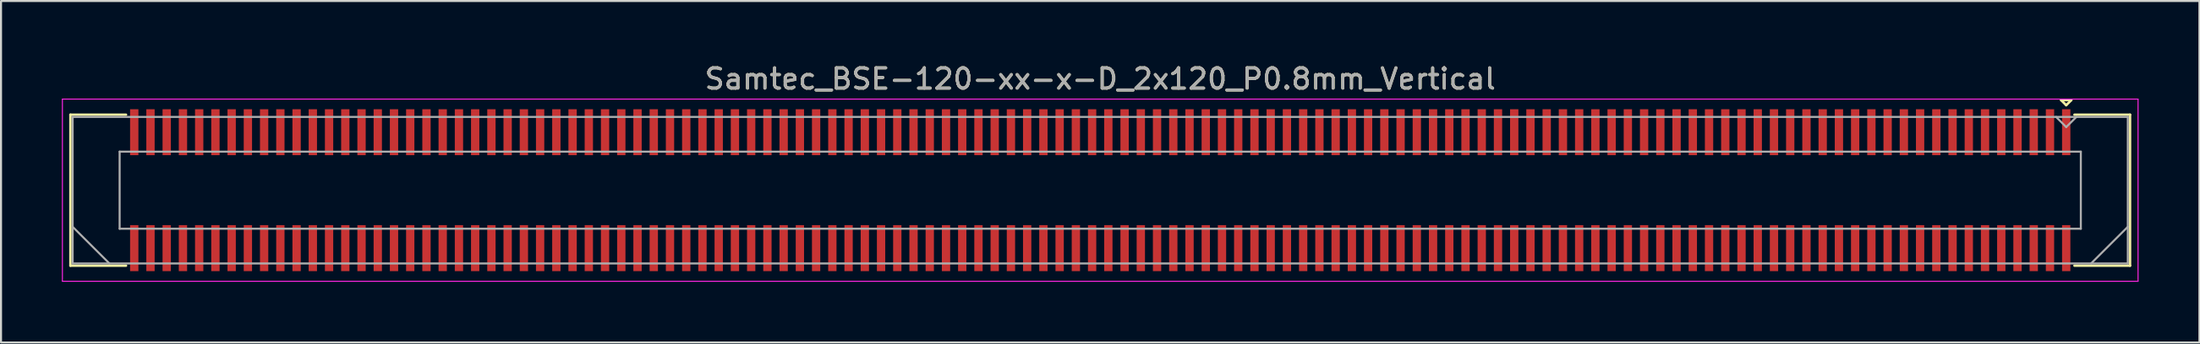
<source format=kicad_pcb>
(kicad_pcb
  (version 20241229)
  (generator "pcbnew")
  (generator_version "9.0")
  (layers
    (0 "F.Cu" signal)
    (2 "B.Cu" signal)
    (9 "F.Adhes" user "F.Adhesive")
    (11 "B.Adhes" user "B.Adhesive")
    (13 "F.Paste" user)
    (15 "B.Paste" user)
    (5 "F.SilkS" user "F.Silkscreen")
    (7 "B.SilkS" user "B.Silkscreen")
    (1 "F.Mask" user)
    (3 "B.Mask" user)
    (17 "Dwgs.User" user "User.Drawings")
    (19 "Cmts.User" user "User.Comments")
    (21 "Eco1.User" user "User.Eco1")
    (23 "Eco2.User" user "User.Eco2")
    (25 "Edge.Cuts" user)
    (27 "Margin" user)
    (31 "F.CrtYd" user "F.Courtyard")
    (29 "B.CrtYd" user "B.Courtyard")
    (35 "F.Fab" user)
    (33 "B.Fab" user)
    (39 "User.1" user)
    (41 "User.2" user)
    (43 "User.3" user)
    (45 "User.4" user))
  (footprint "Samtec_BSE-120-xx-x-D_2x120_P0.8mm_Vertical"
    (layer "F.Cu")
    (at 51.165 6.348)
    (property "Reference" "Samtec_BSE-120-xx-x-D_2x120_P0.8mm_Vertical" (at 0 -5.5 0) (layer "F.SilkS") (effects (font (size 1 1) (thickness 0.15))))
    (attr smd)
    (fp_line (start -50.745 -3.73) (end -48.005 -3.73) (stroke (width 0.12) (type solid)) (layer "F.SilkS"))
    (fp_line (start -50.745 3.73) (end -50.745 -3.73) (stroke (width 0.12) (type solid)) (layer "F.SilkS"))
    (fp_line (start -48.005 3.73) (end -50.745 3.73) (stroke (width 0.12) (type solid)) (layer "F.SilkS"))
    (fp_line (start 47.35 -4.45) (end 47.85 -4.45) (stroke (width 0.12) (type solid)) (layer "F.SilkS"))
    (fp_line (start 47.6 -4.2) (end 47.35 -4.45) (stroke (width 0.12) (type solid)) (layer "F.SilkS"))
    (fp_line (start 47.85 -4.45) (end 47.6 -4.2) (stroke (width 0.12) (type solid)) (layer "F.SilkS"))
    (fp_line (start 48.005 3.73) (end 50.745 3.73) (stroke (width 0.12) (type solid)) (layer "F.SilkS"))
    (fp_line (start 50.745 -3.73) (end 48.005 -3.73) (stroke (width 0.12) (type solid)) (layer "F.SilkS"))
    (fp_line (start 50.745 3.73) (end 50.745 -3.73) (stroke (width 0.12) (type solid)) (layer "F.SilkS"))
    (fp_line (start -51.14 -4.5) (end -51.14 4.5) (stroke (width 0.05) (type solid)) (layer "F.CrtYd"))
    (fp_line (start -51.14 4.5) (end 51.14 4.5) (stroke (width 0.05) (type solid)) (layer "F.CrtYd"))
    (fp_line (start 51.14 -4.5) (end -51.14 -4.5) (stroke (width 0.05) (type solid)) (layer "F.CrtYd"))
    (fp_line (start 51.14 4.5) (end 51.14 -4.5) (stroke (width 0.05) (type solid)) (layer "F.CrtYd"))
    (fp_line (start -50.635 -3.62) (end -50.635 3.62) (stroke (width 0.1) (type solid)) (layer "F.Fab"))
    (fp_line (start -50.635 1.81) (end -48.825 3.62) (stroke (width 0.1) (type solid)) (layer "F.Fab"))
    (fp_line (start -50.635 3.62) (end 50.635 3.62) (stroke (width 0.1) (type solid)) (layer "F.Fab"))
    (fp_line (start -48.32 -1.905) (end -48.32 1.905) (stroke (width 0.1) (type solid)) (layer "F.Fab"))
    (fp_line (start -48.32 1.905) (end 48.32 1.905) (stroke (width 0.1) (type solid)) (layer "F.Fab"))
    (fp_line (start 47.6 -3.12) (end 47.1 -3.62) (stroke (width 0.1) (type solid)) (layer "F.Fab"))
    (fp_line (start 48.1 -3.62) (end 47.6 -3.12) (stroke (width 0.1) (type solid)) (layer "F.Fab"))
    (fp_line (start 48.32 -1.905) (end -48.32 -1.905) (stroke (width 0.1) (type solid)) (layer "F.Fab"))
    (fp_line (start 48.32 1.905) (end 48.32 -1.905) (stroke (width 0.1) (type solid)) (layer "F.Fab"))
    (fp_line (start 50.635 -3.62) (end -50.635 -3.62) (stroke (width 0.1) (type solid)) (layer "F.Fab"))
    (fp_line (start 50.635 1.81) (end 48.825 3.62) (stroke (width 0.1) (type solid)) (layer "F.Fab"))
    (fp_line (start 50.635 3.62) (end 50.635 -3.62) (stroke (width 0.1) (type solid)) (layer "F.Fab"))
    (fp_text user "${REFERENCE}" (at 0 -5.5 0) (layer "F.Fab") (effects (font (size 1 1) (thickness 0.15))))
    (pad "1" smd rect (at 47.6 -2.865) (size 0.41 2.27) (layers "F.Cu" "F.Mask" "F.Paste"))
    (pad "2" smd rect (at 47.6 2.865) (size 0.41 2.27) (layers "F.Cu" "F.Mask" "F.Paste"))
    (pad "3" smd rect (at 46.8 -2.865) (size 0.41 2.27) (layers "F.Cu" "F.Mask" "F.Paste"))
    (pad "4" smd rect (at 46.8 2.865) (size 0.41 2.27) (layers "F.Cu" "F.Mask" "F.Paste"))
    (pad "5" smd rect (at 46 -2.865) (size 0.41 2.27) (layers "F.Cu" "F.Mask" "F.Paste"))
    (pad "6" smd rect (at 46 2.865) (size 0.41 2.27) (layers "F.Cu" "F.Mask" "F.Paste"))
    (pad "7" smd rect (at 45.2 -2.865) (size 0.41 2.27) (layers "F.Cu" "F.Mask" "F.Paste"))
    (pad "8" smd rect (at 45.2 2.865) (size 0.41 2.27) (layers "F.Cu" "F.Mask" "F.Paste"))
    (pad "9" smd rect (at 44.4 -2.865) (size 0.41 2.27) (layers "F.Cu" "F.Mask" "F.Paste"))
    (pad "10" smd rect (at 44.4 2.865) (size 0.41 2.27) (layers "F.Cu" "F.Mask" "F.Paste"))
    (pad "11" smd rect (at 43.6 -2.865) (size 0.41 2.27) (layers "F.Cu" "F.Mask" "F.Paste"))
    (pad "12" smd rect (at 43.6 2.865) (size 0.41 2.27) (layers "F.Cu" "F.Mask" "F.Paste"))
    (pad "13" smd rect (at 42.8 -2.865) (size 0.41 2.27) (layers "F.Cu" "F.Mask" "F.Paste"))
    (pad "14" smd rect (at 42.8 2.865) (size 0.41 2.27) (layers "F.Cu" "F.Mask" "F.Paste"))
    (pad "15" smd rect (at 42 -2.865) (size 0.41 2.27) (layers "F.Cu" "F.Mask" "F.Paste"))
    (pad "16" smd rect (at 42 2.865) (size 0.41 2.27) (layers "F.Cu" "F.Mask" "F.Paste"))
    (pad "17" smd rect (at 41.2 -2.865) (size 0.41 2.27) (layers "F.Cu" "F.Mask" "F.Paste"))
    (pad "18" smd rect (at 41.2 2.865) (size 0.41 2.27) (layers "F.Cu" "F.Mask" "F.Paste"))
    (pad "19" smd rect (at 40.4 -2.865) (size 0.41 2.27) (layers "F.Cu" "F.Mask" "F.Paste"))
    (pad "20" smd rect (at 40.4 2.865) (size 0.41 2.27) (layers "F.Cu" "F.Mask" "F.Paste"))
    (pad "21" smd rect (at 39.6 -2.865) (size 0.41 2.27) (layers "F.Cu" "F.Mask" "F.Paste"))
    (pad "22" smd rect (at 39.6 2.865) (size 0.41 2.27) (layers "F.Cu" "F.Mask" "F.Paste"))
    (pad "23" smd rect (at 38.8 -2.865) (size 0.41 2.27) (layers "F.Cu" "F.Mask" "F.Paste"))
    (pad "24" smd rect (at 38.8 2.865) (size 0.41 2.27) (layers "F.Cu" "F.Mask" "F.Paste"))
    (pad "25" smd rect (at 38 -2.865) (size 0.41 2.27) (layers "F.Cu" "F.Mask" "F.Paste"))
    (pad "26" smd rect (at 38 2.865) (size 0.41 2.27) (layers "F.Cu" "F.Mask" "F.Paste"))
    (pad "27" smd rect (at 37.2 -2.865) (size 0.41 2.27) (layers "F.Cu" "F.Mask" "F.Paste"))
    (pad "28" smd rect (at 37.2 2.865) (size 0.41 2.27) (layers "F.Cu" "F.Mask" "F.Paste"))
    (pad "29" smd rect (at 36.4 -2.865) (size 0.41 2.27) (layers "F.Cu" "F.Mask" "F.Paste"))
    (pad "30" smd rect (at 36.4 2.865) (size 0.41 2.27) (layers "F.Cu" "F.Mask" "F.Paste"))
    (pad "31" smd rect (at 35.6 -2.865) (size 0.41 2.27) (layers "F.Cu" "F.Mask" "F.Paste"))
    (pad "32" smd rect (at 35.6 2.865) (size 0.41 2.27) (layers "F.Cu" "F.Mask" "F.Paste"))
    (pad "33" smd rect (at 34.8 -2.865) (size 0.41 2.27) (layers "F.Cu" "F.Mask" "F.Paste"))
    (pad "34" smd rect (at 34.8 2.865) (size 0.41 2.27) (layers "F.Cu" "F.Mask" "F.Paste"))
    (pad "35" smd rect (at 34 -2.865) (size 0.41 2.27) (layers "F.Cu" "F.Mask" "F.Paste"))
    (pad "36" smd rect (at 34 2.865) (size 0.41 2.27) (layers "F.Cu" "F.Mask" "F.Paste"))
    (pad "37" smd rect (at 33.2 -2.865) (size 0.41 2.27) (layers "F.Cu" "F.Mask" "F.Paste"))
    (pad "38" smd rect (at 33.2 2.865) (size 0.41 2.27) (layers "F.Cu" "F.Mask" "F.Paste"))
    (pad "39" smd rect (at 32.4 -2.865) (size 0.41 2.27) (layers "F.Cu" "F.Mask" "F.Paste"))
    (pad "40" smd rect (at 32.4 2.865) (size 0.41 2.27) (layers "F.Cu" "F.Mask" "F.Paste"))
    (pad "41" smd rect (at 31.6 -2.865) (size 0.41 2.27) (layers "F.Cu" "F.Mask" "F.Paste"))
    (pad "42" smd rect (at 31.6 2.865) (size 0.41 2.27) (layers "F.Cu" "F.Mask" "F.Paste"))
    (pad "43" smd rect (at 30.8 -2.865) (size 0.41 2.27) (layers "F.Cu" "F.Mask" "F.Paste"))
    (pad "44" smd rect (at 30.8 2.865) (size 0.41 2.27) (layers "F.Cu" "F.Mask" "F.Paste"))
    (pad "45" smd rect (at 30 -2.865) (size 0.41 2.27) (layers "F.Cu" "F.Mask" "F.Paste"))
    (pad "46" smd rect (at 30 2.865) (size 0.41 2.27) (layers "F.Cu" "F.Mask" "F.Paste"))
    (pad "47" smd rect (at 29.2 -2.865) (size 0.41 2.27) (layers "F.Cu" "F.Mask" "F.Paste"))
    (pad "48" smd rect (at 29.2 2.865) (size 0.41 2.27) (layers "F.Cu" "F.Mask" "F.Paste"))
    (pad "49" smd rect (at 28.4 -2.865) (size 0.41 2.27) (layers "F.Cu" "F.Mask" "F.Paste"))
    (pad "50" smd rect (at 28.4 2.865) (size 0.41 2.27) (layers "F.Cu" "F.Mask" "F.Paste"))
    (pad "51" smd rect (at 27.6 -2.865) (size 0.41 2.27) (layers "F.Cu" "F.Mask" "F.Paste"))
    (pad "52" smd rect (at 27.6 2.865) (size 0.41 2.27) (layers "F.Cu" "F.Mask" "F.Paste"))
    (pad "53" smd rect (at 26.8 -2.865) (size 0.41 2.27) (layers "F.Cu" "F.Mask" "F.Paste"))
    (pad "54" smd rect (at 26.8 2.865) (size 0.41 2.27) (layers "F.Cu" "F.Mask" "F.Paste"))
    (pad "55" smd rect (at 26 -2.865) (size 0.41 2.27) (layers "F.Cu" "F.Mask" "F.Paste"))
    (pad "56" smd rect (at 26 2.865) (size 0.41 2.27) (layers "F.Cu" "F.Mask" "F.Paste"))
    (pad "57" smd rect (at 25.2 -2.865) (size 0.41 2.27) (layers "F.Cu" "F.Mask" "F.Paste"))
    (pad "58" smd rect (at 25.2 2.865) (size 0.41 2.27) (layers "F.Cu" "F.Mask" "F.Paste"))
    (pad "59" smd rect (at 24.4 -2.865) (size 0.41 2.27) (layers "F.Cu" "F.Mask" "F.Paste"))
    (pad "60" smd rect (at 24.4 2.865) (size 0.41 2.27) (layers "F.Cu" "F.Mask" "F.Paste"))
    (pad "61" smd rect (at 23.6 -2.865) (size 0.41 2.27) (layers "F.Cu" "F.Mask" "F.Paste"))
    (pad "62" smd rect (at 23.6 2.865) (size 0.41 2.27) (layers "F.Cu" "F.Mask" "F.Paste"))
    (pad "63" smd rect (at 22.8 -2.865) (size 0.41 2.27) (layers "F.Cu" "F.Mask" "F.Paste"))
    (pad "64" smd rect (at 22.8 2.865) (size 0.41 2.27) (layers "F.Cu" "F.Mask" "F.Paste"))
    (pad "65" smd rect (at 22 -2.865) (size 0.41 2.27) (layers "F.Cu" "F.Mask" "F.Paste"))
    (pad "66" smd rect (at 22 2.865) (size 0.41 2.27) (layers "F.Cu" "F.Mask" "F.Paste"))
    (pad "67" smd rect (at 21.2 -2.865) (size 0.41 2.27) (layers "F.Cu" "F.Mask" "F.Paste"))
    (pad "68" smd rect (at 21.2 2.865) (size 0.41 2.27) (layers "F.Cu" "F.Mask" "F.Paste"))
    (pad "69" smd rect (at 20.4 -2.865) (size 0.41 2.27) (layers "F.Cu" "F.Mask" "F.Paste"))
    (pad "70" smd rect (at 20.4 2.865) (size 0.41 2.27) (layers "F.Cu" "F.Mask" "F.Paste"))
    (pad "71" smd rect (at 19.6 -2.865) (size 0.41 2.27) (layers "F.Cu" "F.Mask" "F.Paste"))
    (pad "72" smd rect (at 19.6 2.865) (size 0.41 2.27) (layers "F.Cu" "F.Mask" "F.Paste"))
    (pad "73" smd rect (at 18.8 -2.865) (size 0.41 2.27) (layers "F.Cu" "F.Mask" "F.Paste"))
    (pad "74" smd rect (at 18.8 2.865) (size 0.41 2.27) (layers "F.Cu" "F.Mask" "F.Paste"))
    (pad "75" smd rect (at 18 -2.865) (size 0.41 2.27) (layers "F.Cu" "F.Mask" "F.Paste"))
    (pad "76" smd rect (at 18 2.865) (size 0.41 2.27) (layers "F.Cu" "F.Mask" "F.Paste"))
    (pad "77" smd rect (at 17.2 -2.865) (size 0.41 2.27) (layers "F.Cu" "F.Mask" "F.Paste"))
    (pad "78" smd rect (at 17.2 2.865) (size 0.41 2.27) (layers "F.Cu" "F.Mask" "F.Paste"))
    (pad "79" smd rect (at 16.4 -2.865) (size 0.41 2.27) (layers "F.Cu" "F.Mask" "F.Paste"))
    (pad "80" smd rect (at 16.4 2.865) (size 0.41 2.27) (layers "F.Cu" "F.Mask" "F.Paste"))
    (pad "81" smd rect (at 15.6 -2.865) (size 0.41 2.27) (layers "F.Cu" "F.Mask" "F.Paste"))
    (pad "82" smd rect (at 15.6 2.865) (size 0.41 2.27) (layers "F.Cu" "F.Mask" "F.Paste"))
    (pad "83" smd rect (at 14.8 -2.865) (size 0.41 2.27) (layers "F.Cu" "F.Mask" "F.Paste"))
    (pad "84" smd rect (at 14.8 2.865) (size 0.41 2.27) (layers "F.Cu" "F.Mask" "F.Paste"))
    (pad "85" smd rect (at 14 -2.865) (size 0.41 2.27) (layers "F.Cu" "F.Mask" "F.Paste"))
    (pad "86" smd rect (at 14 2.865) (size 0.41 2.27) (layers "F.Cu" "F.Mask" "F.Paste"))
    (pad "87" smd rect (at 13.2 -2.865) (size 0.41 2.27) (layers "F.Cu" "F.Mask" "F.Paste"))
    (pad "88" smd rect (at 13.2 2.865) (size 0.41 2.27) (layers "F.Cu" "F.Mask" "F.Paste"))
    (pad "89" smd rect (at 12.4 -2.865) (size 0.41 2.27) (layers "F.Cu" "F.Mask" "F.Paste"))
    (pad "90" smd rect (at 12.4 2.865) (size 0.41 2.27) (layers "F.Cu" "F.Mask" "F.Paste"))
    (pad "91" smd rect (at 11.6 -2.865) (size 0.41 2.27) (layers "F.Cu" "F.Mask" "F.Paste"))
    (pad "92" smd rect (at 11.6 2.865) (size 0.41 2.27) (layers "F.Cu" "F.Mask" "F.Paste"))
    (pad "93" smd rect (at 10.8 -2.865) (size 0.41 2.27) (layers "F.Cu" "F.Mask" "F.Paste"))
    (pad "94" smd rect (at 10.8 2.865) (size 0.41 2.27) (layers "F.Cu" "F.Mask" "F.Paste"))
    (pad "95" smd rect (at 10 -2.865) (size 0.41 2.27) (layers "F.Cu" "F.Mask" "F.Paste"))
    (pad "96" smd rect (at 10 2.865) (size 0.41 2.27) (layers "F.Cu" "F.Mask" "F.Paste"))
    (pad "97" smd rect (at 9.2 -2.865) (size 0.41 2.27) (layers "F.Cu" "F.Mask" "F.Paste"))
    (pad "98" smd rect (at 9.2 2.865) (size 0.41 2.27) (layers "F.Cu" "F.Mask" "F.Paste"))
    (pad "99" smd rect (at 8.4 -2.865) (size 0.41 2.27) (layers "F.Cu" "F.Mask" "F.Paste"))
    (pad "100" smd rect (at 8.4 2.865) (size 0.41 2.27) (layers "F.Cu" "F.Mask" "F.Paste"))
    (pad "101" smd rect (at 7.6 -2.865) (size 0.41 2.27) (layers "F.Cu" "F.Mask" "F.Paste"))
    (pad "102" smd rect (at 7.6 2.865) (size 0.41 2.27) (layers "F.Cu" "F.Mask" "F.Paste"))
    (pad "103" smd rect (at 6.8 -2.865) (size 0.41 2.27) (layers "F.Cu" "F.Mask" "F.Paste"))
    (pad "104" smd rect (at 6.8 2.865) (size 0.41 2.27) (layers "F.Cu" "F.Mask" "F.Paste"))
    (pad "105" smd rect (at 6 -2.865) (size 0.41 2.27) (layers "F.Cu" "F.Mask" "F.Paste"))
    (pad "106" smd rect (at 6 2.865) (size 0.41 2.27) (layers "F.Cu" "F.Mask" "F.Paste"))
    (pad "107" smd rect (at 5.2 -2.865) (size 0.41 2.27) (layers "F.Cu" "F.Mask" "F.Paste"))
    (pad "108" smd rect (at 5.2 2.865) (size 0.41 2.27) (layers "F.Cu" "F.Mask" "F.Paste"))
    (pad "109" smd rect (at 4.4 -2.865) (size 0.41 2.27) (layers "F.Cu" "F.Mask" "F.Paste"))
    (pad "110" smd rect (at 4.4 2.865) (size 0.41 2.27) (layers "F.Cu" "F.Mask" "F.Paste"))
    (pad "111" smd rect (at 3.6 -2.865) (size 0.41 2.27) (layers "F.Cu" "F.Mask" "F.Paste"))
    (pad "112" smd rect (at 3.6 2.865) (size 0.41 2.27) (layers "F.Cu" "F.Mask" "F.Paste"))
    (pad "113" smd rect (at 2.8 -2.865) (size 0.41 2.27) (layers "F.Cu" "F.Mask" "F.Paste"))
    (pad "114" smd rect (at 2.8 2.865) (size 0.41 2.27) (layers "F.Cu" "F.Mask" "F.Paste"))
    (pad "115" smd rect (at 2 -2.865) (size 0.41 2.27) (layers "F.Cu" "F.Mask" "F.Paste"))
    (pad "116" smd rect (at 2 2.865) (size 0.41 2.27) (layers "F.Cu" "F.Mask" "F.Paste"))
    (pad "117" smd rect (at 1.2 -2.865) (size 0.41 2.27) (layers "F.Cu" "F.Mask" "F.Paste"))
    (pad "118" smd rect (at 1.2 2.865) (size 0.41 2.27) (layers "F.Cu" "F.Mask" "F.Paste"))
    (pad "119" smd rect (at 0.4 -2.865) (size 0.41 2.27) (layers "F.Cu" "F.Mask" "F.Paste"))
    (pad "120" smd rect (at 0.4 2.865) (size 0.41 2.27) (layers "F.Cu" "F.Mask" "F.Paste"))
    (pad "121" smd rect (at -0.4 -2.865) (size 0.41 2.27) (layers "F.Cu" "F.Mask" "F.Paste"))
    (pad "122" smd rect (at -0.4 2.865) (size 0.41 2.27) (layers "F.Cu" "F.Mask" "F.Paste"))
    (pad "123" smd rect (at -1.2 -2.865) (size 0.41 2.27) (layers "F.Cu" "F.Mask" "F.Paste"))
    (pad "124" smd rect (at -1.2 2.865) (size 0.41 2.27) (layers "F.Cu" "F.Mask" "F.Paste"))
    (pad "125" smd rect (at -2 -2.865) (size 0.41 2.27) (layers "F.Cu" "F.Mask" "F.Paste"))
    (pad "126" smd rect (at -2 2.865) (size 0.41 2.27) (layers "F.Cu" "F.Mask" "F.Paste"))
    (pad "127" smd rect (at -2.8 -2.865) (size 0.41 2.27) (layers "F.Cu" "F.Mask" "F.Paste"))
    (pad "128" smd rect (at -2.8 2.865) (size 0.41 2.27) (layers "F.Cu" "F.Mask" "F.Paste"))
    (pad "129" smd rect (at -3.6 -2.865) (size 0.41 2.27) (layers "F.Cu" "F.Mask" "F.Paste"))
    (pad "130" smd rect (at -3.6 2.865) (size 0.41 2.27) (layers "F.Cu" "F.Mask" "F.Paste"))
    (pad "131" smd rect (at -4.4 -2.865) (size 0.41 2.27) (layers "F.Cu" "F.Mask" "F.Paste"))
    (pad "132" smd rect (at -4.4 2.865) (size 0.41 2.27) (layers "F.Cu" "F.Mask" "F.Paste"))
    (pad "133" smd rect (at -5.2 -2.865) (size 0.41 2.27) (layers "F.Cu" "F.Mask" "F.Paste"))
    (pad "134" smd rect (at -5.2 2.865) (size 0.41 2.27) (layers "F.Cu" "F.Mask" "F.Paste"))
    (pad "135" smd rect (at -6 -2.865) (size 0.41 2.27) (layers "F.Cu" "F.Mask" "F.Paste"))
    (pad "136" smd rect (at -6 2.865) (size 0.41 2.27) (layers "F.Cu" "F.Mask" "F.Paste"))
    (pad "137" smd rect (at -6.8 -2.865) (size 0.41 2.27) (layers "F.Cu" "F.Mask" "F.Paste"))
    (pad "138" smd rect (at -6.8 2.865) (size 0.41 2.27) (layers "F.Cu" "F.Mask" "F.Paste"))
    (pad "139" smd rect (at -7.6 -2.865) (size 0.41 2.27) (layers "F.Cu" "F.Mask" "F.Paste"))
    (pad "140" smd rect (at -7.6 2.865) (size 0.41 2.27) (layers "F.Cu" "F.Mask" "F.Paste"))
    (pad "141" smd rect (at -8.4 -2.865) (size 0.41 2.27) (layers "F.Cu" "F.Mask" "F.Paste"))
    (pad "142" smd rect (at -8.4 2.865) (size 0.41 2.27) (layers "F.Cu" "F.Mask" "F.Paste"))
    (pad "143" smd rect (at -9.2 -2.865) (size 0.41 2.27) (layers "F.Cu" "F.Mask" "F.Paste"))
    (pad "144" smd rect (at -9.2 2.865) (size 0.41 2.27) (layers "F.Cu" "F.Mask" "F.Paste"))
    (pad "145" smd rect (at -10 -2.865) (size 0.41 2.27) (layers "F.Cu" "F.Mask" "F.Paste"))
    (pad "146" smd rect (at -10 2.865) (size 0.41 2.27) (layers "F.Cu" "F.Mask" "F.Paste"))
    (pad "147" smd rect (at -10.8 -2.865) (size 0.41 2.27) (layers "F.Cu" "F.Mask" "F.Paste"))
    (pad "148" smd rect (at -10.8 2.865) (size 0.41 2.27) (layers "F.Cu" "F.Mask" "F.Paste"))
    (pad "149" smd rect (at -11.6 -2.865) (size 0.41 2.27) (layers "F.Cu" "F.Mask" "F.Paste"))
    (pad "150" smd rect (at -11.6 2.865) (size 0.41 2.27) (layers "F.Cu" "F.Mask" "F.Paste"))
    (pad "151" smd rect (at -12.4 -2.865) (size 0.41 2.27) (layers "F.Cu" "F.Mask" "F.Paste"))
    (pad "152" smd rect (at -12.4 2.865) (size 0.41 2.27) (layers "F.Cu" "F.Mask" "F.Paste"))
    (pad "153" smd rect (at -13.2 -2.865) (size 0.41 2.27) (layers "F.Cu" "F.Mask" "F.Paste"))
    (pad "154" smd rect (at -13.2 2.865) (size 0.41 2.27) (layers "F.Cu" "F.Mask" "F.Paste"))
    (pad "155" smd rect (at -14 -2.865) (size 0.41 2.27) (layers "F.Cu" "F.Mask" "F.Paste"))
    (pad "156" smd rect (at -14 2.865) (size 0.41 2.27) (layers "F.Cu" "F.Mask" "F.Paste"))
    (pad "157" smd rect (at -14.8 -2.865) (size 0.41 2.27) (layers "F.Cu" "F.Mask" "F.Paste"))
    (pad "158" smd rect (at -14.8 2.865) (size 0.41 2.27) (layers "F.Cu" "F.Mask" "F.Paste"))
    (pad "159" smd rect (at -15.6 -2.865) (size 0.41 2.27) (layers "F.Cu" "F.Mask" "F.Paste"))
    (pad "160" smd rect (at -15.6 2.865) (size 0.41 2.27) (layers "F.Cu" "F.Mask" "F.Paste"))
    (pad "161" smd rect (at -16.4 -2.865) (size 0.41 2.27) (layers "F.Cu" "F.Mask" "F.Paste"))
    (pad "162" smd rect (at -16.4 2.865) (size 0.41 2.27) (layers "F.Cu" "F.Mask" "F.Paste"))
    (pad "163" smd rect (at -17.2 -2.865) (size 0.41 2.27) (layers "F.Cu" "F.Mask" "F.Paste"))
    (pad "164" smd rect (at -17.2 2.865) (size 0.41 2.27) (layers "F.Cu" "F.Mask" "F.Paste"))
    (pad "165" smd rect (at -18 -2.865) (size 0.41 2.27) (layers "F.Cu" "F.Mask" "F.Paste"))
    (pad "166" smd rect (at -18 2.865) (size 0.41 2.27) (layers "F.Cu" "F.Mask" "F.Paste"))
    (pad "167" smd rect (at -18.8 -2.865) (size 0.41 2.27) (layers "F.Cu" "F.Mask" "F.Paste"))
    (pad "168" smd rect (at -18.8 2.865) (size 0.41 2.27) (layers "F.Cu" "F.Mask" "F.Paste"))
    (pad "169" smd rect (at -19.6 -2.865) (size 0.41 2.27) (layers "F.Cu" "F.Mask" "F.Paste"))
    (pad "170" smd rect (at -19.6 2.865) (size 0.41 2.27) (layers "F.Cu" "F.Mask" "F.Paste"))
    (pad "171" smd rect (at -20.4 -2.865) (size 0.41 2.27) (layers "F.Cu" "F.Mask" "F.Paste"))
    (pad "172" smd rect (at -20.4 2.865) (size 0.41 2.27) (layers "F.Cu" "F.Mask" "F.Paste"))
    (pad "173" smd rect (at -21.2 -2.865) (size 0.41 2.27) (layers "F.Cu" "F.Mask" "F.Paste"))
    (pad "174" smd rect (at -21.2 2.865) (size 0.41 2.27) (layers "F.Cu" "F.Mask" "F.Paste"))
    (pad "175" smd rect (at -22 -2.865) (size 0.41 2.27) (layers "F.Cu" "F.Mask" "F.Paste"))
    (pad "176" smd rect (at -22 2.865) (size 0.41 2.27) (layers "F.Cu" "F.Mask" "F.Paste"))
    (pad "177" smd rect (at -22.8 -2.865) (size 0.41 2.27) (layers "F.Cu" "F.Mask" "F.Paste"))
    (pad "178" smd rect (at -22.8 2.865) (size 0.41 2.27) (layers "F.Cu" "F.Mask" "F.Paste"))
    (pad "179" smd rect (at -23.6 -2.865) (size 0.41 2.27) (layers "F.Cu" "F.Mask" "F.Paste"))
    (pad "180" smd rect (at -23.6 2.865) (size 0.41 2.27) (layers "F.Cu" "F.Mask" "F.Paste"))
    (pad "181" smd rect (at -24.4 -2.865) (size 0.41 2.27) (layers "F.Cu" "F.Mask" "F.Paste"))
    (pad "182" smd rect (at -24.4 2.865) (size 0.41 2.27) (layers "F.Cu" "F.Mask" "F.Paste"))
    (pad "183" smd rect (at -25.2 -2.865) (size 0.41 2.27) (layers "F.Cu" "F.Mask" "F.Paste"))
    (pad "184" smd rect (at -25.2 2.865) (size 0.41 2.27) (layers "F.Cu" "F.Mask" "F.Paste"))
    (pad "185" smd rect (at -26 -2.865) (size 0.41 2.27) (layers "F.Cu" "F.Mask" "F.Paste"))
    (pad "186" smd rect (at -26 2.865) (size 0.41 2.27) (layers "F.Cu" "F.Mask" "F.Paste"))
    (pad "187" smd rect (at -26.8 -2.865) (size 0.41 2.27) (layers "F.Cu" "F.Mask" "F.Paste"))
    (pad "188" smd rect (at -26.8 2.865) (size 0.41 2.27) (layers "F.Cu" "F.Mask" "F.Paste"))
    (pad "189" smd rect (at -27.6 -2.865) (size 0.41 2.27) (layers "F.Cu" "F.Mask" "F.Paste"))
    (pad "190" smd rect (at -27.6 2.865) (size 0.41 2.27) (layers "F.Cu" "F.Mask" "F.Paste"))
    (pad "191" smd rect (at -28.4 -2.865) (size 0.41 2.27) (layers "F.Cu" "F.Mask" "F.Paste"))
    (pad "192" smd rect (at -28.4 2.865) (size 0.41 2.27) (layers "F.Cu" "F.Mask" "F.Paste"))
    (pad "193" smd rect (at -29.2 -2.865) (size 0.41 2.27) (layers "F.Cu" "F.Mask" "F.Paste"))
    (pad "194" smd rect (at -29.2 2.865) (size 0.41 2.27) (layers "F.Cu" "F.Mask" "F.Paste"))
    (pad "195" smd rect (at -30 -2.865) (size 0.41 2.27) (layers "F.Cu" "F.Mask" "F.Paste"))
    (pad "196" smd rect (at -30 2.865) (size 0.41 2.27) (layers "F.Cu" "F.Mask" "F.Paste"))
    (pad "197" smd rect (at -30.8 -2.865) (size 0.41 2.27) (layers "F.Cu" "F.Mask" "F.Paste"))
    (pad "198" smd rect (at -30.8 2.865) (size 0.41 2.27) (layers "F.Cu" "F.Mask" "F.Paste"))
    (pad "199" smd rect (at -31.6 -2.865) (size 0.41 2.27) (layers "F.Cu" "F.Mask" "F.Paste"))
    (pad "200" smd rect (at -31.6 2.865) (size 0.41 2.27) (layers "F.Cu" "F.Mask" "F.Paste"))
    (pad "201" smd rect (at -32.4 -2.865) (size 0.41 2.27) (layers "F.Cu" "F.Mask" "F.Paste"))
    (pad "202" smd rect (at -32.4 2.865) (size 0.41 2.27) (layers "F.Cu" "F.Mask" "F.Paste"))
    (pad "203" smd rect (at -33.2 -2.865) (size 0.41 2.27) (layers "F.Cu" "F.Mask" "F.Paste"))
    (pad "204" smd rect (at -33.2 2.865) (size 0.41 2.27) (layers "F.Cu" "F.Mask" "F.Paste"))
    (pad "205" smd rect (at -34 -2.865) (size 0.41 2.27) (layers "F.Cu" "F.Mask" "F.Paste"))
    (pad "206" smd rect (at -34 2.865) (size 0.41 2.27) (layers "F.Cu" "F.Mask" "F.Paste"))
    (pad "207" smd rect (at -34.8 -2.865) (size 0.41 2.27) (layers "F.Cu" "F.Mask" "F.Paste"))
    (pad "208" smd rect (at -34.8 2.865) (size 0.41 2.27) (layers "F.Cu" "F.Mask" "F.Paste"))
    (pad "209" smd rect (at -35.6 -2.865) (size 0.41 2.27) (layers "F.Cu" "F.Mask" "F.Paste"))
    (pad "210" smd rect (at -35.6 2.865) (size 0.41 2.27) (layers "F.Cu" "F.Mask" "F.Paste"))
    (pad "211" smd rect (at -36.4 -2.865) (size 0.41 2.27) (layers "F.Cu" "F.Mask" "F.Paste"))
    (pad "212" smd rect (at -36.4 2.865) (size 0.41 2.27) (layers "F.Cu" "F.Mask" "F.Paste"))
    (pad "213" smd rect (at -37.2 -2.865) (size 0.41 2.27) (layers "F.Cu" "F.Mask" "F.Paste"))
    (pad "214" smd rect (at -37.2 2.865) (size 0.41 2.27) (layers "F.Cu" "F.Mask" "F.Paste"))
    (pad "215" smd rect (at -38 -2.865) (size 0.41 2.27) (layers "F.Cu" "F.Mask" "F.Paste"))
    (pad "216" smd rect (at -38 2.865) (size 0.41 2.27) (layers "F.Cu" "F.Mask" "F.Paste"))
    (pad "217" smd rect (at -38.8 -2.865) (size 0.41 2.27) (layers "F.Cu" "F.Mask" "F.Paste"))
    (pad "218" smd rect (at -38.8 2.865) (size 0.41 2.27) (layers "F.Cu" "F.Mask" "F.Paste"))
    (pad "219" smd rect (at -39.6 -2.865) (size 0.41 2.27) (layers "F.Cu" "F.Mask" "F.Paste"))
    (pad "220" smd rect (at -39.6 2.865) (size 0.41 2.27) (layers "F.Cu" "F.Mask" "F.Paste"))
    (pad "221" smd rect (at -40.4 -2.865) (size 0.41 2.27) (layers "F.Cu" "F.Mask" "F.Paste"))
    (pad "222" smd rect (at -40.4 2.865) (size 0.41 2.27) (layers "F.Cu" "F.Mask" "F.Paste"))
    (pad "223" smd rect (at -41.2 -2.865) (size 0.41 2.27) (layers "F.Cu" "F.Mask" "F.Paste"))
    (pad "224" smd rect (at -41.2 2.865) (size 0.41 2.27) (layers "F.Cu" "F.Mask" "F.Paste"))
    (pad "225" smd rect (at -42 -2.865) (size 0.41 2.27) (layers "F.Cu" "F.Mask" "F.Paste"))
    (pad "226" smd rect (at -42 2.865) (size 0.41 2.27) (layers "F.Cu" "F.Mask" "F.Paste"))
    (pad "227" smd rect (at -42.8 -2.865) (size 0.41 2.27) (layers "F.Cu" "F.Mask" "F.Paste"))
    (pad "228" smd rect (at -42.8 2.865) (size 0.41 2.27) (layers "F.Cu" "F.Mask" "F.Paste"))
    (pad "229" smd rect (at -43.6 -2.865) (size 0.41 2.27) (layers "F.Cu" "F.Mask" "F.Paste"))
    (pad "230" smd rect (at -43.6 2.865) (size 0.41 2.27) (layers "F.Cu" "F.Mask" "F.Paste"))
    (pad "231" smd rect (at -44.4 -2.865) (size 0.41 2.27) (layers "F.Cu" "F.Mask" "F.Paste"))
    (pad "232" smd rect (at -44.4 2.865) (size 0.41 2.27) (layers "F.Cu" "F.Mask" "F.Paste"))
    (pad "233" smd rect (at -45.2 -2.865) (size 0.41 2.27) (layers "F.Cu" "F.Mask" "F.Paste"))
    (pad "234" smd rect (at -45.2 2.865) (size 0.41 2.27) (layers "F.Cu" "F.Mask" "F.Paste"))
    (pad "235" smd rect (at -46 -2.865) (size 0.41 2.27) (layers "F.Cu" "F.Mask" "F.Paste"))
    (pad "236" smd rect (at -46 2.865) (size 0.41 2.27) (layers "F.Cu" "F.Mask" "F.Paste"))
    (pad "237" smd rect (at -46.8 -2.865) (size 0.41 2.27) (layers "F.Cu" "F.Mask" "F.Paste"))
    (pad "238" smd rect (at -46.8 2.865) (size 0.41 2.27) (layers "F.Cu" "F.Mask" "F.Paste"))
    (pad "239" smd rect (at -47.6 -2.865) (size 0.41 2.27) (layers "F.Cu" "F.Mask" "F.Paste"))
    (pad "240" smd rect (at -47.6 2.865) (size 0.41 2.27) (layers "F.Cu" "F.Mask" "F.Paste")))
  (gr_rect
    (start -3 -3)
    (end 105.33 13.873)
    (stroke (width 0.1) (type default))
    (fill no)
    (layer "Edge.Cuts")))
</source>
